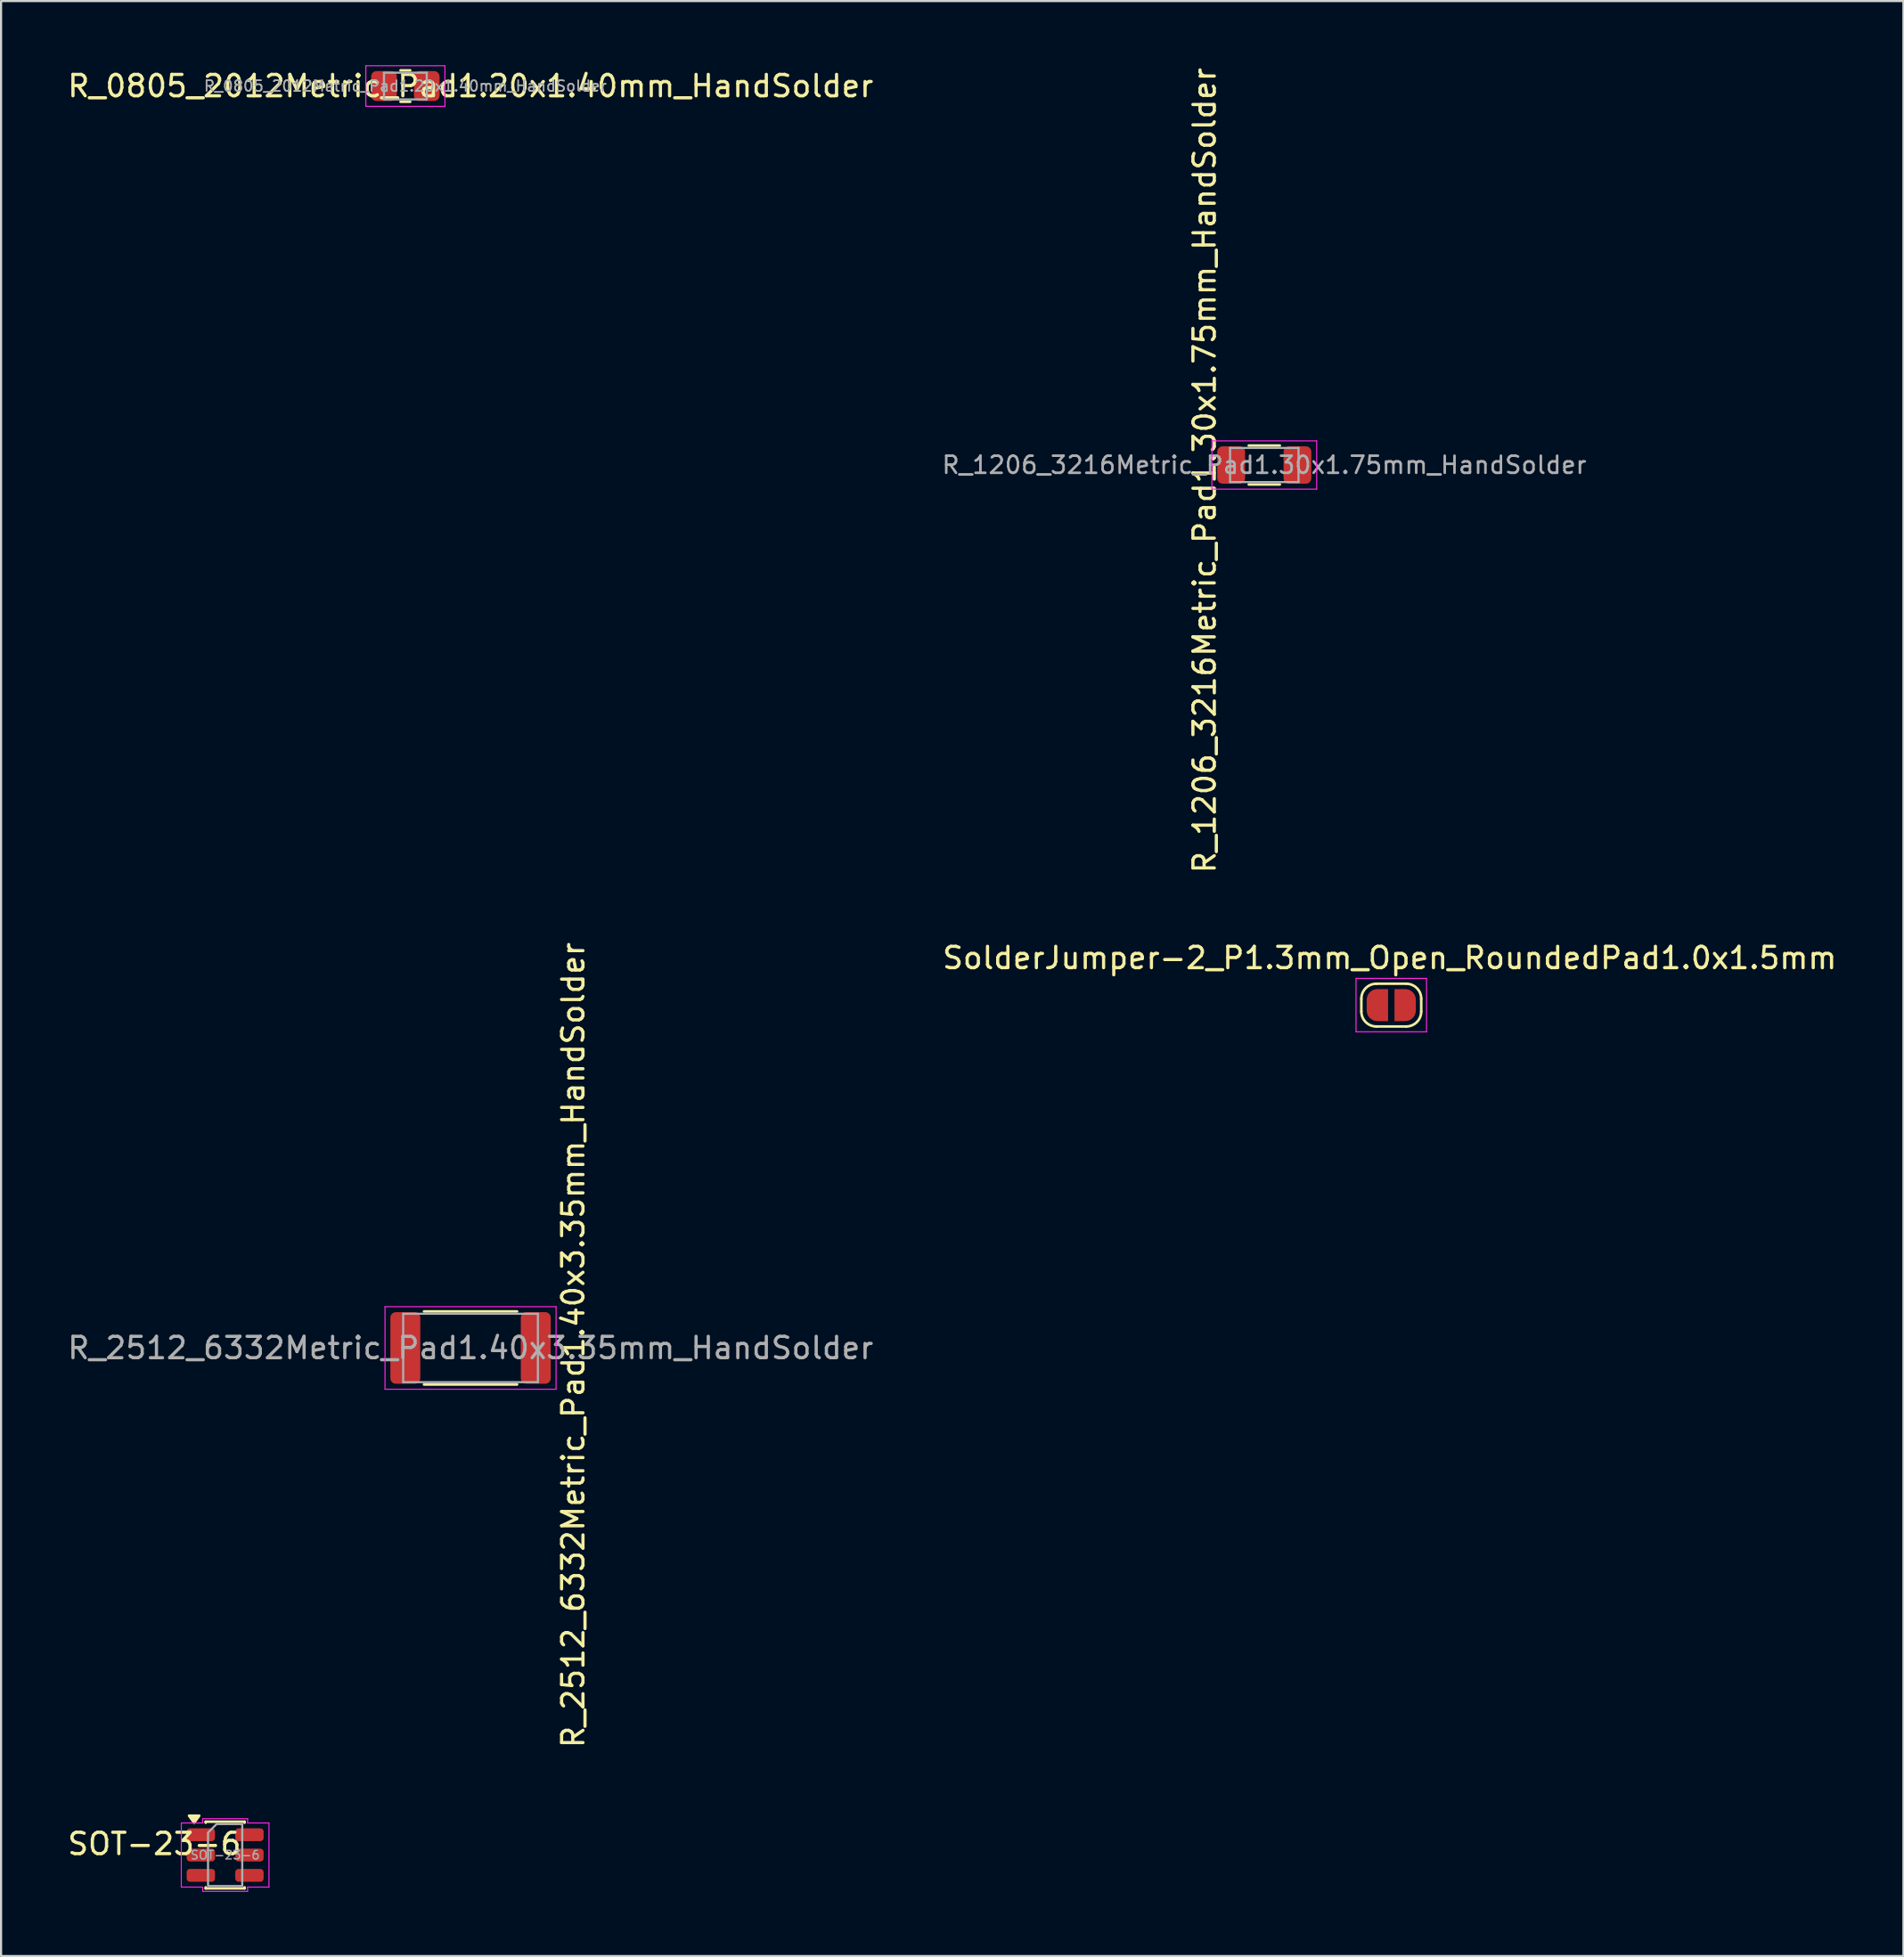
<source format=kicad_pcb>
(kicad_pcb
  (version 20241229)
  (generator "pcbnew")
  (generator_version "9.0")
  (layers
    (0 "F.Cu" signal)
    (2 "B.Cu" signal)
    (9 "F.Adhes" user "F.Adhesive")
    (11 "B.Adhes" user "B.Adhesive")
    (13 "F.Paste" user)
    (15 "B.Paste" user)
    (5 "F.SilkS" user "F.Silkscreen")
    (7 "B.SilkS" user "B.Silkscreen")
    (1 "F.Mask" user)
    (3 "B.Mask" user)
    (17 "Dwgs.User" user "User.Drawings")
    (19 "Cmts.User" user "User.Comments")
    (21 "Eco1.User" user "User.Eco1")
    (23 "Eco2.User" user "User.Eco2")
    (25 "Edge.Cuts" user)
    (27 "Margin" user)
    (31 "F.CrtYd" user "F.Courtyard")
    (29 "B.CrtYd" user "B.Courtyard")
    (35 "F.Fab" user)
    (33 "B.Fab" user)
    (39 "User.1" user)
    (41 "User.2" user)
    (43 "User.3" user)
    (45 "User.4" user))
  (footprint "R_2512_6332Metric_Pad1.40x3.35mm_HandSolder"
    (layer "F.Cu")
    (at 18.958 60.01)
    (property "Reference" "R_2512_6332Metric_Pad1.40x3.35mm_HandSolder" (at 4.803 -0.135 270) (layer "F.SilkS") (effects (font (size 1 1) (thickness 0.15))))
    (attr smd)
    (fp_line (start -2.177 -1.71) (end 2.177 -1.71) (stroke (width 0.12) (type solid)) (layer "F.SilkS"))
    (fp_line (start -2.177 1.71) (end 2.177 1.71) (stroke (width 0.12) (type solid)) (layer "F.SilkS"))
    (fp_line (start -4 -1.93) (end 4 -1.93) (stroke (width 0.05) (type solid)) (layer "F.CrtYd"))
    (fp_line (start -4 1.93) (end -4 -1.93) (stroke (width 0.05) (type solid)) (layer "F.CrtYd"))
    (fp_line (start 4 -1.93) (end 4 1.93) (stroke (width 0.05) (type solid)) (layer "F.CrtYd"))
    (fp_line (start 4 1.93) (end -4 1.93) (stroke (width 0.05) (type solid)) (layer "F.CrtYd"))
    (fp_line (start -3.15 -1.6) (end 3.15 -1.6) (stroke (width 0.1) (type solid)) (layer "F.Fab"))
    (fp_line (start -3.15 1.6) (end -3.15 -1.6) (stroke (width 0.1) (type solid)) (layer "F.Fab"))
    (fp_line (start 3.15 -1.6) (end 3.15 1.6) (stroke (width 0.1) (type solid)) (layer "F.Fab"))
    (fp_line (start 3.15 1.6) (end -3.15 1.6) (stroke (width 0.1) (type solid)) (layer "F.Fab"))
    (fp_text user "${REFERENCE}" (at 0 0 180) (layer "F.Fab") (effects (font (size 1 1) (thickness 0.15))))
    (pad "1" smd roundrect (at -3.05 0) (size 1.4 3.35) (layers "F.Cu" "F.Mask" "F.Paste") (roundrect_rratio 0.179))
    (pad "2" smd roundrect (at 3.05 0) (size 1.4 3.35) (layers "F.Cu" "F.Mask" "F.Paste") (roundrect_rratio 0.179)))
  (footprint "R_1206_3216Metric_Pad1.30x1.75mm_HandSolder"
    (layer "F.Cu")
    (at 56.083 18.704)
    (property "Reference" "R_1206_3216Metric_Pad1.30x1.75mm_HandSolder" (at -2.794 0.254 270) (layer "F.SilkS") (effects (font (size 1 1) (thickness 0.15))))
    (attr smd)
    (fp_line (start -0.727 -0.91) (end 0.727 -0.91) (stroke (width 0.12) (type solid)) (layer "F.SilkS"))
    (fp_line (start -0.727 0.91) (end 0.727 0.91) (stroke (width 0.12) (type solid)) (layer "F.SilkS"))
    (fp_line (start -2.45 -1.13) (end 2.45 -1.13) (stroke (width 0.05) (type solid)) (layer "F.CrtYd"))
    (fp_line (start -2.45 1.13) (end -2.45 -1.13) (stroke (width 0.05) (type solid)) (layer "F.CrtYd"))
    (fp_line (start 2.45 -1.13) (end 2.45 1.13) (stroke (width 0.05) (type solid)) (layer "F.CrtYd"))
    (fp_line (start 2.45 1.13) (end -2.45 1.13) (stroke (width 0.05) (type solid)) (layer "F.CrtYd"))
    (fp_line (start -1.6 -0.8) (end 1.6 -0.8) (stroke (width 0.1) (type solid)) (layer "F.Fab"))
    (fp_line (start -1.6 0.8) (end -1.6 -0.8) (stroke (width 0.1) (type solid)) (layer "F.Fab"))
    (fp_line (start 1.6 -0.8) (end 1.6 0.8) (stroke (width 0.1) (type solid)) (layer "F.Fab"))
    (fp_line (start 1.6 0.8) (end -1.6 0.8) (stroke (width 0.1) (type solid)) (layer "F.Fab"))
    (fp_text user "${REFERENCE}" (at 0 0 180) (layer "F.Fab") (effects (font (size 0.8 0.8) (thickness 0.12))))
    (pad "1" smd roundrect (at -1.55 0) (size 1.3 1.75) (layers "F.Cu" "F.Mask" "F.Paste") (roundrect_rratio 0.192))
    (pad "2" smd roundrect (at 1.55 0) (size 1.3 1.75) (layers "F.Cu" "F.Mask" "F.Paste") (roundrect_rratio 0.192)))
  (footprint "R_0805_2012Metric_Pad1.20x1.40mm_HandSolder"
    (layer "F.Cu")
    (at 15.91 0.975)
    (property "Reference" "R_0805_2012Metric_Pad1.20x1.40mm_HandSolder" (at 3.048 0 180) (layer "F.SilkS") (effects (font (size 1 1) (thickness 0.15))))
    (attr smd)
    (fp_line (start -0.227 -0.735) (end 0.227 -0.735) (stroke (width 0.12) (type solid)) (layer "F.SilkS"))
    (fp_line (start -0.227 0.735) (end 0.227 0.735) (stroke (width 0.12) (type solid)) (layer "F.SilkS"))
    (fp_line (start -1.85 -0.95) (end 1.85 -0.95) (stroke (width 0.05) (type solid)) (layer "F.CrtYd"))
    (fp_line (start -1.85 0.95) (end -1.85 -0.95) (stroke (width 0.05) (type solid)) (layer "F.CrtYd"))
    (fp_line (start 1.85 -0.95) (end 1.85 0.95) (stroke (width 0.05) (type solid)) (layer "F.CrtYd"))
    (fp_line (start 1.85 0.95) (end -1.85 0.95) (stroke (width 0.05) (type solid)) (layer "F.CrtYd"))
    (fp_line (start -1 -0.625) (end 1 -0.625) (stroke (width 0.1) (type solid)) (layer "F.Fab"))
    (fp_line (start -1 0.625) (end -1 -0.625) (stroke (width 0.1) (type solid)) (layer "F.Fab"))
    (fp_line (start 1 -0.625) (end 1 0.625) (stroke (width 0.1) (type solid)) (layer "F.Fab"))
    (fp_line (start 1 0.625) (end -1 0.625) (stroke (width 0.1) (type solid)) (layer "F.Fab"))
    (fp_text user "${REFERENCE}" (at 0 0 180) (layer "F.Fab") (effects (font (size 0.5 0.5) (thickness 0.08))))
    (pad "1" smd roundrect (at -1 0) (size 1.2 1.4) (layers "F.Cu" "F.Mask" "F.Paste") (roundrect_rratio 0.208))
    (pad "2" smd roundrect (at 1 0) (size 1.2 1.4) (layers "F.Cu" "F.Mask" "F.Paste") (roundrect_rratio 0.208)))
  (footprint "SolderJumper-2_P1.3mm_Open_RoundedPad1.0x1.5mm"
    (layer "F.Cu")
    (at 62.022 43.971)
    (property "Reference" "SolderJumper-2_P1.3mm_Open_RoundedPad1.0x1.5mm" (at -0.075 -2.206 180) (layer "F.SilkS") (effects (font (size 1 1) (thickness 0.15))))
    (attr exclude_from_pos_files allow_soldermask_bridges)
    (fp_rect (start -0.15 -0.75) (end 0.15 0.75) (stroke (width 0) (type default)) (fill yes) (layer "F.Mask"))
    (fp_line (start -1.4 0.3) (end -1.4 -0.3) (stroke (width 0.12) (type solid)) (layer "F.SilkS"))
    (fp_line (start -0.7 -1) (end 0.7 -1) (stroke (width 0.12) (type solid)) (layer "F.SilkS"))
    (fp_line (start 0.7 1) (end -0.7 1) (stroke (width 0.12) (type solid)) (layer "F.SilkS"))
    (fp_line (start 1.4 -0.3) (end 1.4 0.3) (stroke (width 0.12) (type solid)) (layer "F.SilkS"))
    (fp_arc (start -1.4 -0.3) (mid -1.194975 -0.794975) (end -0.7 -1) (stroke (width 0.12) (type solid)) (layer "F.SilkS"))
    (fp_arc (start -0.7 1) (mid -1.194975 0.794975) (end -1.4 0.3) (stroke (width 0.12) (type solid)) (layer "F.SilkS"))
    (fp_arc (start 0.7 -1) (mid 1.194975 -0.794975) (end 1.4 -0.3) (stroke (width 0.12) (type solid)) (layer "F.SilkS"))
    (fp_arc (start 1.4 0.3) (mid 1.194975 0.794975) (end 0.7 1) (stroke (width 0.12) (type solid)) (layer "F.SilkS"))
    (fp_line (start -1.65 -1.25) (end -1.65 1.25) (stroke (width 0.05) (type solid)) (layer "F.CrtYd"))
    (fp_line (start -1.65 -1.25) (end 1.65 -1.25) (stroke (width 0.05) (type solid)) (layer "F.CrtYd"))
    (fp_line (start 1.65 1.25) (end -1.65 1.25) (stroke (width 0.05) (type solid)) (layer "F.CrtYd"))
    (fp_line (start 1.65 1.25) (end 1.65 -1.25) (stroke (width 0.05) (type solid)) (layer "F.CrtYd"))
    (pad "1" smd custom (at -0.65 0) (size 1 0.5) (layers "F.Cu" "F.Mask") (options (anchor rect)) (primitives (gr_circle (center 0 0.25) (end 0.5 0.25) (width 0) (fill yes)) (gr_circle (center 0 -0.25) (end 0.5 -0.25) (width 0) (fill yes)) (gr_poly (pts (xy 0.5 0.75) (xy 0 0.75) (xy 0 -0.75) (xy 0.5 -0.75)) (width 0) (fill yes))))
    (pad "2" smd custom (at 0.65 0) (size 1 0.5) (layers "F.Cu" "F.Mask") (options (anchor rect)) (primitives (gr_circle (center 0 0.25) (end 0.5 0.25) (width 0) (fill yes)) (gr_circle (center 0 -0.25) (end 0.5 -0.25) (width 0) (fill yes)) (gr_poly (pts (xy 0 0.75) (xy -0.5 0.75) (xy -0.5 -0.75) (xy 0 -0.75)) (width 0) (fill yes)))))
  (footprint "SOT-23-6"
    (layer "F.Cu")
    (at 7.48 83.733)
    (property "Reference" "SOT-23-6" (at -3.307 -0.522 180) (layer "F.SilkS") (effects (font (size 1 1) (thickness 0.15))))
    (attr smd)
    (fp_line (start -0.91 -1.56) (end 0.91 -1.56) (stroke (width 0.12) (type solid)) (layer "F.SilkS"))
    (fp_line (start -0.91 -1.51) (end -0.91 -1.56) (stroke (width 0.12) (type solid)) (layer "F.SilkS"))
    (fp_line (start -0.91 1.56) (end -0.91 1.51) (stroke (width 0.12) (type solid)) (layer "F.SilkS"))
    (fp_line (start 0.91 -1.56) (end 0.91 -1.51) (stroke (width 0.12) (type solid)) (layer "F.SilkS"))
    (fp_line (start 0.91 1.51) (end 0.91 1.56) (stroke (width 0.12) (type solid)) (layer "F.SilkS"))
    (fp_line (start 0.91 1.56) (end -0.91 1.56) (stroke (width 0.12) (type solid)) (layer "F.SilkS"))
    (fp_poly (pts (xy -1.45 -1.51) (xy -1.69 -1.84) (xy -1.21 -1.84)) (stroke (width 0.12) (type solid)) (fill yes) (layer "F.SilkS"))
    (fp_line (start -2.05 -1.5) (end -1.05 -1.5) (stroke (width 0.05) (type solid)) (layer "F.CrtYd"))
    (fp_line (start -2.05 1.5) (end -2.05 -1.5) (stroke (width 0.05) (type solid)) (layer "F.CrtYd"))
    (fp_line (start -1.05 -1.7) (end 1.05 -1.7) (stroke (width 0.05) (type solid)) (layer "F.CrtYd"))
    (fp_line (start -1.05 -1.5) (end -1.05 -1.7) (stroke (width 0.05) (type solid)) (layer "F.CrtYd"))
    (fp_line (start -1.05 1.5) (end -2.05 1.5) (stroke (width 0.05) (type solid)) (layer "F.CrtYd"))
    (fp_line (start -1.05 1.7) (end -1.05 1.5) (stroke (width 0.05) (type solid)) (layer "F.CrtYd"))
    (fp_line (start 1.05 -1.7) (end 1.05 -1.5) (stroke (width 0.05) (type solid)) (layer "F.CrtYd"))
    (fp_line (start 1.05 -1.5) (end 2.05 -1.5) (stroke (width 0.05) (type solid)) (layer "F.CrtYd"))
    (fp_line (start 1.05 1.5) (end 1.05 1.7) (stroke (width 0.05) (type solid)) (layer "F.CrtYd"))
    (fp_line (start 1.05 1.7) (end -1.05 1.7) (stroke (width 0.05) (type solid)) (layer "F.CrtYd"))
    (fp_line (start 2.05 -1.5) (end 2.05 1.5) (stroke (width 0.05) (type solid)) (layer "F.CrtYd"))
    (fp_line (start 2.05 1.5) (end 1.05 1.5) (stroke (width 0.05) (type solid)) (layer "F.CrtYd"))
    (fp_poly (pts (xy -0.8 -1.05) (xy -0.8 1.45) (xy 0.8 1.45) (xy 0.8 -1.45) (xy -0.4 -1.45)) (stroke (width 0.1) (type solid)) (fill no) (layer "F.Fab"))
    (fp_text user "${REFERENCE}" (at 0 0 180) (layer "F.Fab") (effects (font (size 0.4 0.4) (thickness 0.06))))
    (pad "1" smd roundrect (at -1.137 -0.95) (size 1.325 0.6) (layers "F.Cu" "F.Mask" "F.Paste") (roundrect_rratio 0.25))
    (pad "2" smd roundrect (at -1.137 0) (size 1.325 0.6) (layers "F.Cu" "F.Mask" "F.Paste") (roundrect_rratio 0.25))
    (pad "3" smd roundrect (at -1.137 0.95) (size 1.325 0.6) (layers "F.Cu" "F.Mask" "F.Paste") (roundrect_rratio 0.25))
    (pad "4" smd roundrect (at 1.137 0.95) (size 1.325 0.6) (layers "F.Cu" "F.Mask" "F.Paste") (roundrect_rratio 0.25))
    (pad "5" smd roundrect (at 1.137 0) (size 1.325 0.6) (layers "F.Cu" "F.Mask" "F.Paste") (roundrect_rratio 0.25))
    (pad "6" smd roundrect (at 1.137 -0.95) (size 1.325 0.6) (layers "F.Cu" "F.Mask" "F.Paste") (roundrect_rratio 0.25)))
  (gr_rect
    (start -3 -3)
    (end 85.976 88.458)
    (stroke (width 0.1) (type default))
    (fill no)
    (layer "Edge.Cuts")))
</source>
